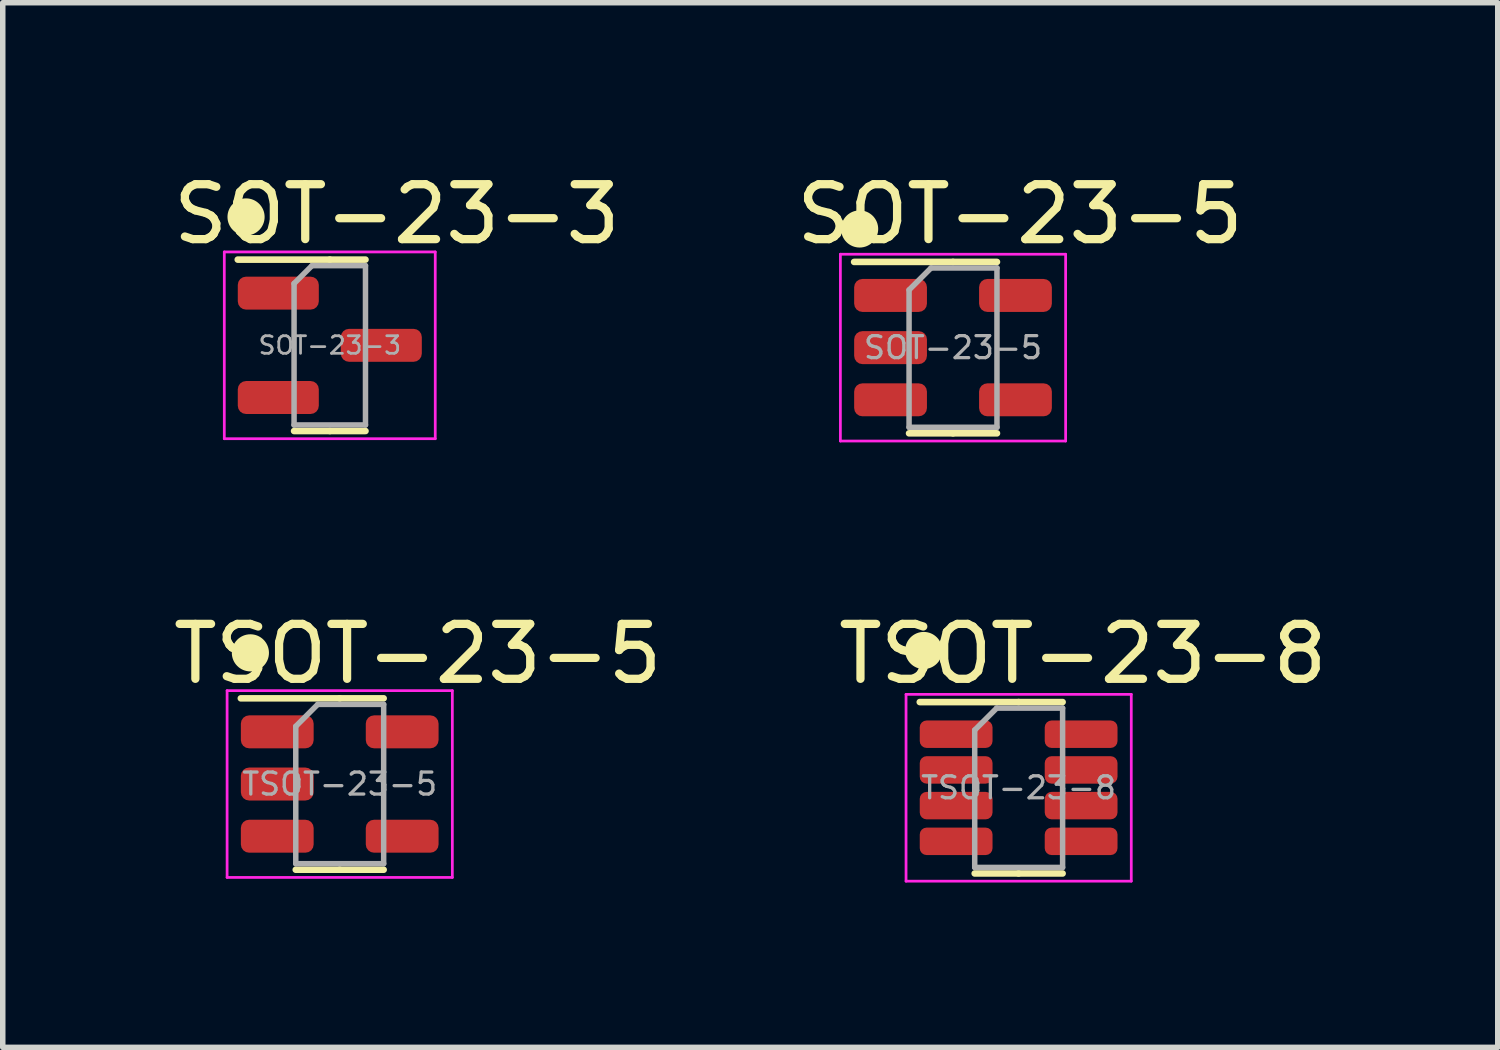
<source format=kicad_pcb>
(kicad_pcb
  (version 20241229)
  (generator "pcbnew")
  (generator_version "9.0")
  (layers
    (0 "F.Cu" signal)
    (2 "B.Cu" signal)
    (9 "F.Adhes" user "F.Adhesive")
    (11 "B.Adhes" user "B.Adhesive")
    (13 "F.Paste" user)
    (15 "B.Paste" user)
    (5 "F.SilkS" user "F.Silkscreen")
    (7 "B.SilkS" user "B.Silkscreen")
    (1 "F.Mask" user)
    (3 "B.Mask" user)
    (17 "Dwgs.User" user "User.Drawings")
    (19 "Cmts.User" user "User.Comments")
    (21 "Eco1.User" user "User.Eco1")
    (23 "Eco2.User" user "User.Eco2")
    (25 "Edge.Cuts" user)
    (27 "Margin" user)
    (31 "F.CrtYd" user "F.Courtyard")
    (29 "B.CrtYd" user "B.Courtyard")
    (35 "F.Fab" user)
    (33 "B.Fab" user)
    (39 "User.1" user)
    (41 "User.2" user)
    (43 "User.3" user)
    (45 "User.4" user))
  (footprint "SOT-23-3"
    (layer "F.Cu")
    (at 2.016 2.286)
    (property "Reference" "SOT-23-3" (at 2.157 -1.438 0) (layer "F.SilkS") (effects (font (size 1 1) (thickness 0.15))))
    (attr smd)
    (fp_line (start 0.938 -0.61) (end -0.738 -0.61) (stroke (width 0.12) (type solid)) (layer "F.SilkS"))
    (fp_line (start 0.938 -0.61) (end 1.587 -0.61) (stroke (width 0.12) (type solid)) (layer "F.SilkS"))
    (fp_line (start 0.938 2.51) (end 0.287 2.51) (stroke (width 0.12) (type solid)) (layer "F.SilkS"))
    (fp_line (start 0.938 2.51) (end 1.587 2.51) (stroke (width 0.12) (type solid)) (layer "F.SilkS"))
    (fp_circle (center -0.587 -1.387) (end -0.309 -1.387) (stroke (width 0.12) (type solid)) (fill yes) (layer "F.SilkS"))
    (fp_line (start -0.983 -0.75) (end -0.983 2.65) (stroke (width 0.05) (type solid)) (layer "F.CrtYd"))
    (fp_line (start -0.983 2.65) (end 2.857 2.65) (stroke (width 0.05) (type solid)) (layer "F.CrtYd"))
    (fp_line (start 2.857 -0.75) (end -0.983 -0.75) (stroke (width 0.05) (type solid)) (layer "F.CrtYd"))
    (fp_line (start 2.857 2.65) (end 2.857 -0.75) (stroke (width 0.05) (type solid)) (layer "F.CrtYd"))
    (fp_line (start 0.287 -0.175) (end 0.613 -0.5) (stroke (width 0.1) (type solid)) (layer "F.Fab"))
    (fp_line (start 0.287 2.4) (end 0.287 -0.175) (stroke (width 0.1) (type solid)) (layer "F.Fab"))
    (fp_line (start 0.613 -0.5) (end 1.587 -0.5) (stroke (width 0.1) (type solid)) (layer "F.Fab"))
    (fp_line (start 1.587 -0.5) (end 1.587 2.4) (stroke (width 0.1) (type solid)) (layer "F.Fab"))
    (fp_line (start 1.587 2.4) (end 0.287 2.4) (stroke (width 0.1) (type solid)) (layer "F.Fab"))
    (fp_text user "${REFERENCE}" (at 0.938 0.95 0) (layer "F.Fab") (effects (font (size 0.32 0.32) (thickness 0.05))))
    (pad "1" smd roundrect (at 0 0) (size 1.475 0.6) (layers "F.Cu" "F.Mask" "F.Paste") (roundrect_rratio 0.25))
    (pad "2" smd roundrect (at 0 1.9) (size 1.475 0.6) (layers "F.Cu" "F.Mask" "F.Paste") (roundrect_rratio 0.25))
    (pad "3" smd roundrect (at 1.875 0.95) (size 1.475 0.6) (layers "F.Cu" "F.Mask" "F.Paste") (roundrect_rratio 0.25)))
  (footprint "SOT-23-5"
    (layer "F.Cu")
    (at 14.298 3.278)
    (property "Reference" "SOT-23-5" (at 1.22 -2.43 0) (layer "F.SilkS") (effects (font (size 1 1) (thickness 0.15))))
    (attr smd)
    (fp_line (start 0 -1.56) (end -1.8 -1.56) (stroke (width 0.12) (type solid)) (layer "F.SilkS"))
    (fp_line (start 0 -1.56) (end 0.8 -1.56) (stroke (width 0.12) (type solid)) (layer "F.SilkS"))
    (fp_line (start 0 1.56) (end -0.8 1.56) (stroke (width 0.12) (type solid)) (layer "F.SilkS"))
    (fp_line (start 0 1.56) (end 0.8 1.56) (stroke (width 0.12) (type solid)) (layer "F.SilkS"))
    (fp_circle (center -1.7 -2.16) (end -1.422 -2.16) (stroke (width 0.12) (type solid)) (fill yes) (layer "F.SilkS"))
    (fp_line (start -2.05 -1.7) (end -2.05 1.7) (stroke (width 0.05) (type solid)) (layer "F.CrtYd"))
    (fp_line (start -2.05 1.7) (end 2.05 1.7) (stroke (width 0.05) (type solid)) (layer "F.CrtYd"))
    (fp_line (start 2.05 -1.7) (end -2.05 -1.7) (stroke (width 0.05) (type solid)) (layer "F.CrtYd"))
    (fp_line (start 2.05 1.7) (end 2.05 -1.7) (stroke (width 0.05) (type solid)) (layer "F.CrtYd"))
    (fp_line (start -0.8 -1.05) (end -0.4 -1.45) (stroke (width 0.1) (type solid)) (layer "F.Fab"))
    (fp_line (start -0.8 1.45) (end -0.8 -1.05) (stroke (width 0.1) (type solid)) (layer "F.Fab"))
    (fp_line (start -0.4 -1.45) (end 0.8 -1.45) (stroke (width 0.1) (type solid)) (layer "F.Fab"))
    (fp_line (start 0.8 -1.45) (end 0.8 1.45) (stroke (width 0.1) (type solid)) (layer "F.Fab"))
    (fp_line (start 0.8 1.45) (end -0.8 1.45) (stroke (width 0.1) (type solid)) (layer "F.Fab"))
    (fp_text user "${REFERENCE}" (at 0 0 0) (layer "F.Fab") (effects (font (size 0.4 0.4) (thickness 0.06))))
    (pad "1" smd roundrect (at -1.137 -0.95) (size 1.325 0.6) (layers "F.Cu" "F.Mask" "F.Paste") (roundrect_rratio 0.25))
    (pad "2" smd roundrect (at -1.137 0) (size 1.325 0.6) (layers "F.Cu" "F.Mask" "F.Paste") (roundrect_rratio 0.25))
    (pad "3" smd roundrect (at -1.137 0.95) (size 1.325 0.6) (layers "F.Cu" "F.Mask" "F.Paste") (roundrect_rratio 0.25))
    (pad "4" smd roundrect (at 1.137 0.95) (size 1.325 0.6) (layers "F.Cu" "F.Mask" "F.Paste") (roundrect_rratio 0.25))
    (pad "5" smd roundrect (at 1.137 -0.95) (size 1.325 0.6) (layers "F.Cu" "F.Mask" "F.Paste") (roundrect_rratio 0.25)))
  (footprint "TSOT-23-8"
    (layer "F.Cu")
    (at 14.355 10.315)
    (property "Reference" "TSOT-23-8" (at 2.306 -1.463 0) (layer "F.SilkS") (effects (font (size 1 1) (thickness 0.15))))
    (attr smd)
    (fp_line (start 1.137 -0.585) (end -0.662 -0.585) (stroke (width 0.12) (type solid)) (layer "F.SilkS"))
    (fp_line (start 1.137 -0.585) (end 1.938 -0.585) (stroke (width 0.12) (type solid)) (layer "F.SilkS"))
    (fp_line (start 1.137 2.535) (end 0.338 2.535) (stroke (width 0.12) (type solid)) (layer "F.SilkS"))
    (fp_line (start 1.137 2.535) (end 1.938 2.535) (stroke (width 0.12) (type solid)) (layer "F.SilkS"))
    (fp_circle (center -0.59 -1.524) (end -0.312 -1.524) (stroke (width 0.12) (type solid)) (fill yes) (layer "F.SilkS"))
    (fp_line (start -0.912 -0.725) (end -0.912 2.675) (stroke (width 0.05) (type solid)) (layer "F.CrtYd"))
    (fp_line (start -0.912 2.675) (end 3.188 2.675) (stroke (width 0.05) (type solid)) (layer "F.CrtYd"))
    (fp_line (start 3.188 -0.725) (end -0.912 -0.725) (stroke (width 0.05) (type solid)) (layer "F.CrtYd"))
    (fp_line (start 3.188 2.675) (end 3.188 -0.725) (stroke (width 0.05) (type solid)) (layer "F.CrtYd"))
    (fp_line (start 0.338 -0.075) (end 0.738 -0.475) (stroke (width 0.1) (type solid)) (layer "F.Fab"))
    (fp_line (start 0.338 2.425) (end 0.338 -0.075) (stroke (width 0.1) (type solid)) (layer "F.Fab"))
    (fp_line (start 0.738 -0.475) (end 1.938 -0.475) (stroke (width 0.1) (type solid)) (layer "F.Fab"))
    (fp_line (start 1.938 -0.475) (end 1.938 2.425) (stroke (width 0.1) (type solid)) (layer "F.Fab"))
    (fp_line (start 1.938 2.425) (end 0.338 2.425) (stroke (width 0.1) (type solid)) (layer "F.Fab"))
    (fp_text user "${REFERENCE}" (at 1.137 0.975 0) (layer "F.Fab") (effects (font (size 0.4 0.4) (thickness 0.06))))
    (pad "1" smd roundrect (at 0 0) (size 1.325 0.5) (layers "F.Cu" "F.Mask" "F.Paste") (roundrect_rratio 0.25))
    (pad "2" smd roundrect (at 0 0.65) (size 1.325 0.5) (layers "F.Cu" "F.Mask" "F.Paste") (roundrect_rratio 0.25))
    (pad "3" smd roundrect (at 0 1.3) (size 1.325 0.5) (layers "F.Cu" "F.Mask" "F.Paste") (roundrect_rratio 0.25))
    (pad "4" smd roundrect (at 0 1.95) (size 1.325 0.5) (layers "F.Cu" "F.Mask" "F.Paste") (roundrect_rratio 0.25))
    (pad "5" smd roundrect (at 2.275 1.95) (size 1.325 0.5) (layers "F.Cu" "F.Mask" "F.Paste") (roundrect_rratio 0.25))
    (pad "6" smd roundrect (at 2.275 1.3) (size 1.325 0.5) (layers "F.Cu" "F.Mask" "F.Paste") (roundrect_rratio 0.25))
    (pad "7" smd roundrect (at 2.275 0.65) (size 1.325 0.5) (layers "F.Cu" "F.Mask" "F.Paste") (roundrect_rratio 0.25))
    (pad "8" smd roundrect (at 2.275 0) (size 1.325 0.5) (layers "F.Cu" "F.Mask" "F.Paste") (roundrect_rratio 0.25)))
  (footprint "TSOT-23-5"
    (layer "F.Cu")
    (at 3.134 11.222)
    (property "Reference" "TSOT-23-5" (at 1.42 -2.37 0) (layer "F.SilkS") (effects (font (size 1 1) (thickness 0.15))))
    (attr smd)
    (fp_line (start 0 -1.56) (end -1.8 -1.56) (stroke (width 0.12) (type solid)) (layer "F.SilkS"))
    (fp_line (start 0 -1.56) (end 0.8 -1.56) (stroke (width 0.12) (type solid)) (layer "F.SilkS"))
    (fp_line (start 0 1.56) (end -0.8 1.56) (stroke (width 0.12) (type solid)) (layer "F.SilkS"))
    (fp_line (start 0 1.56) (end 0.8 1.56) (stroke (width 0.12) (type solid)) (layer "F.SilkS"))
    (fp_circle (center -1.626 -2.388) (end -1.348 -2.388) (stroke (width 0.12) (type solid)) (fill yes) (layer "F.SilkS"))
    (fp_line (start -2.05 -1.7) (end -2.05 1.7) (stroke (width 0.05) (type solid)) (layer "F.CrtYd"))
    (fp_line (start -2.05 1.7) (end 2.05 1.7) (stroke (width 0.05) (type solid)) (layer "F.CrtYd"))
    (fp_line (start 2.05 -1.7) (end -2.05 -1.7) (stroke (width 0.05) (type solid)) (layer "F.CrtYd"))
    (fp_line (start 2.05 1.7) (end 2.05 -1.7) (stroke (width 0.05) (type solid)) (layer "F.CrtYd"))
    (fp_line (start -0.8 -1.05) (end -0.4 -1.45) (stroke (width 0.1) (type solid)) (layer "F.Fab"))
    (fp_line (start -0.8 1.45) (end -0.8 -1.05) (stroke (width 0.1) (type solid)) (layer "F.Fab"))
    (fp_line (start -0.4 -1.45) (end 0.8 -1.45) (stroke (width 0.1) (type solid)) (layer "F.Fab"))
    (fp_line (start 0.8 -1.45) (end 0.8 1.45) (stroke (width 0.1) (type solid)) (layer "F.Fab"))
    (fp_line (start 0.8 1.45) (end -0.8 1.45) (stroke (width 0.1) (type solid)) (layer "F.Fab"))
    (fp_text user "${REFERENCE}" (at 0 0 0) (layer "F.Fab") (effects (font (size 0.4 0.4) (thickness 0.06))))
    (pad "1" smd roundrect (at -1.137 -0.95) (size 1.325 0.6) (layers "F.Cu" "F.Mask" "F.Paste") (roundrect_rratio 0.25))
    (pad "2" smd roundrect (at -1.137 0) (size 1.325 0.6) (layers "F.Cu" "F.Mask" "F.Paste") (roundrect_rratio 0.25))
    (pad "3" smd roundrect (at -1.137 0.95) (size 1.325 0.6) (layers "F.Cu" "F.Mask" "F.Paste") (roundrect_rratio 0.25))
    (pad "4" smd roundrect (at 1.137 0.95) (size 1.325 0.6) (layers "F.Cu" "F.Mask" "F.Paste") (roundrect_rratio 0.25))
    (pad "5" smd roundrect (at 1.137 -0.95) (size 1.325 0.6) (layers "F.Cu" "F.Mask" "F.Paste") (roundrect_rratio 0.25)))
  (gr_rect
    (start -3 -3)
    (end 24.214 16.015)
    (stroke (width 0.1) (type default))
    (fill no)
    (layer "Edge.Cuts")))
</source>
